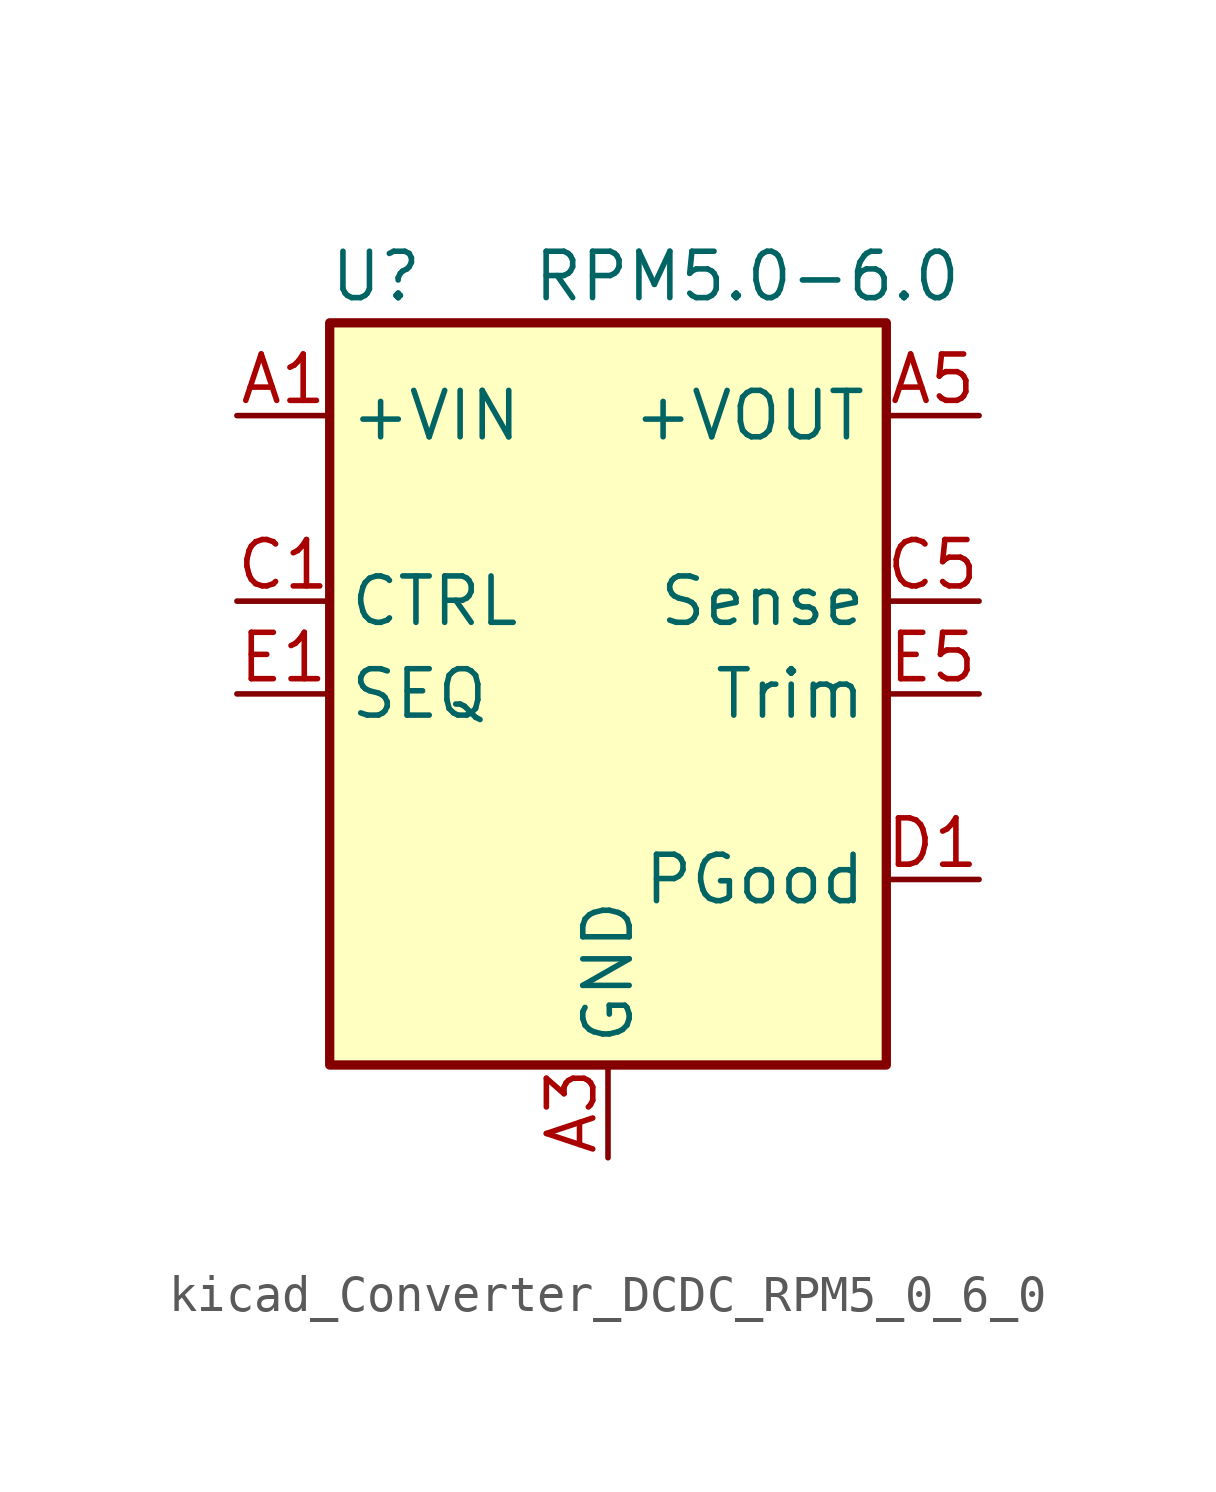
<source format=kicad_sym>
(kicad_symbol_lib
  (version 20220914)
  (generator kicad_symbol_editor)
  (symbol "kicad_Converter_DCDC_RPM5_0_6_0"
    (property "Reference" "U"
      (at -6.35 11.43 0)
      (effects (font (size 1.27 1.27))))
    (property "Value" "RPM5.0-6.0"
      (at 3.81 11.43 0)
      (effects (font (size 1.27 1.27))))
    (symbol "kicad_Converter_DCDC_RPM5_0_6_0_0_1"
      (rectangle (start -7.62 10.16) (end 7.62 -10.16) (stroke (width 0.254) (type default)) (fill (type background))))
    (symbol "kicad_Converter_DCDC_RPM5_0_6_0_1_1"
      (pin power_in line (at -10.16 7.62 0) (length 2.54) (name "+VIN" (effects (font (size 1.27 1.27)))) (number "A1" (effects (font (size 1.27 1.27)))))
      (pin passive line (at -10.16 7.62 0) (length 2.54) hide (name "+VIN" (effects (font (size 1.27 1.27)))) (number "A2" (effects (font (size 1.27 1.27)))))
      (pin power_in line (at 0 -12.7 90) (length 2.54) (name "GND" (effects (font (size 1.27 1.27)))) (number "A3" (effects (font (size 1.27 1.27)))))
      (pin passive line (at 0 -12.7 90) (length 2.54) hide (name "GND" (effects (font (size 1.27 1.27)))) (number "A4" (effects (font (size 1.27 1.27)))))
      (pin power_out line (at 10.16 7.62 180) (length 2.54) (name "+VOUT" (effects (font (size 1.27 1.27)))) (number "A5" (effects (font (size 1.27 1.27)))))
      (pin passive line (at 0 -12.7 90) (length 2.54) hide (name "GND" (effects (font (size 1.27 1.27)))) (number "B1" (effects (font (size 1.27 1.27)))))
      (pin passive line (at 0 -12.7 90) (length 2.54) hide (name "GND" (effects (font (size 1.27 1.27)))) (number "B2" (effects (font (size 1.27 1.27)))))
      (pin passive line (at 0 -12.7 90) (length 2.54) hide (name "GND" (effects (font (size 1.27 1.27)))) (number "B3" (effects (font (size 1.27 1.27)))))
      (pin passive line (at 0 -12.7 90) (length 2.54) hide (name "GND" (effects (font (size 1.27 1.27)))) (number "B4" (effects (font (size 1.27 1.27)))))
      (pin passive line (at 10.16 7.62 180) (length 2.54) hide (name "+VOUT" (effects (font (size 1.27 1.27)))) (number "B5" (effects (font (size 1.27 1.27)))))
      (pin input line (at -10.16 2.54 0) (length 2.54) (name "CTRL" (effects (font (size 1.27 1.27)))) (number "C1" (effects (font (size 1.27 1.27)))))
      (pin passive line (at 0 -12.7 90) (length 2.54) hide (name "GND" (effects (font (size 1.27 1.27)))) (number "C2" (effects (font (size 1.27 1.27)))))
      (pin passive line (at 0 -12.7 90) (length 2.54) hide (name "GND" (effects (font (size 1.27 1.27)))) (number "C3" (effects (font (size 1.27 1.27)))))
      (pin passive line (at 0 -12.7 90) (length 2.54) hide (name "GND" (effects (font (size 1.27 1.27)))) (number "C4" (effects (font (size 1.27 1.27)))))
      (pin input line (at 10.16 2.54 180) (length 2.54) (name "Sense" (effects (font (size 1.27 1.27)))) (number "C5" (effects (font (size 1.27 1.27)))))
      (pin output line (at 10.16 -5.08 180) (length 2.54) (name "PGood" (effects (font (size 1.27 1.27)))) (number "D1" (effects (font (size 1.27 1.27)))))
      (pin passive line (at 0 -12.7 90) (length 2.54) hide (name "GND" (effects (font (size 1.27 1.27)))) (number "D2" (effects (font (size 1.27 1.27)))))
      (pin passive line (at 0 -12.7 90) (length 2.54) hide (name "GND" (effects (font (size 1.27 1.27)))) (number "D3" (effects (font (size 1.27 1.27)))))
      (pin passive line (at 0 -12.7 90) (length 2.54) hide (name "GND" (effects (font (size 1.27 1.27)))) (number "D4" (effects (font (size 1.27 1.27)))))
      (pin passive line (at 0 -12.7 90) (length 2.54) hide (name "GND" (effects (font (size 1.27 1.27)))) (number "D5" (effects (font (size 1.27 1.27)))))
      (pin passive line (at -10.16 0 0) (length 2.54) (name "SEQ" (effects (font (size 1.27 1.27)))) (number "E1" (effects (font (size 1.27 1.27)))))
      (pin no_connect line (at -7.62 -5.08 0) (length 2.54) hide (name "NC" (effects (font (size 1.27 1.27)))) (number "E2" (effects (font (size 1.27 1.27)))))
      (pin passive line (at 0 -12.7 90) (length 2.54) hide (name "GND" (effects (font (size 1.27 1.27)))) (number "E3" (effects (font (size 1.27 1.27)))))
      (pin passive line (at 0 -12.7 90) (length 2.54) hide (name "GND" (effects (font (size 1.27 1.27)))) (number "E4" (effects (font (size 1.27 1.27)))))
      (pin input line (at 10.16 0 180) (length 2.54) (name "Trim" (effects (font (size 1.27 1.27)))) (number "E5" (effects (font (size 1.27 1.27))))))))
</source>
